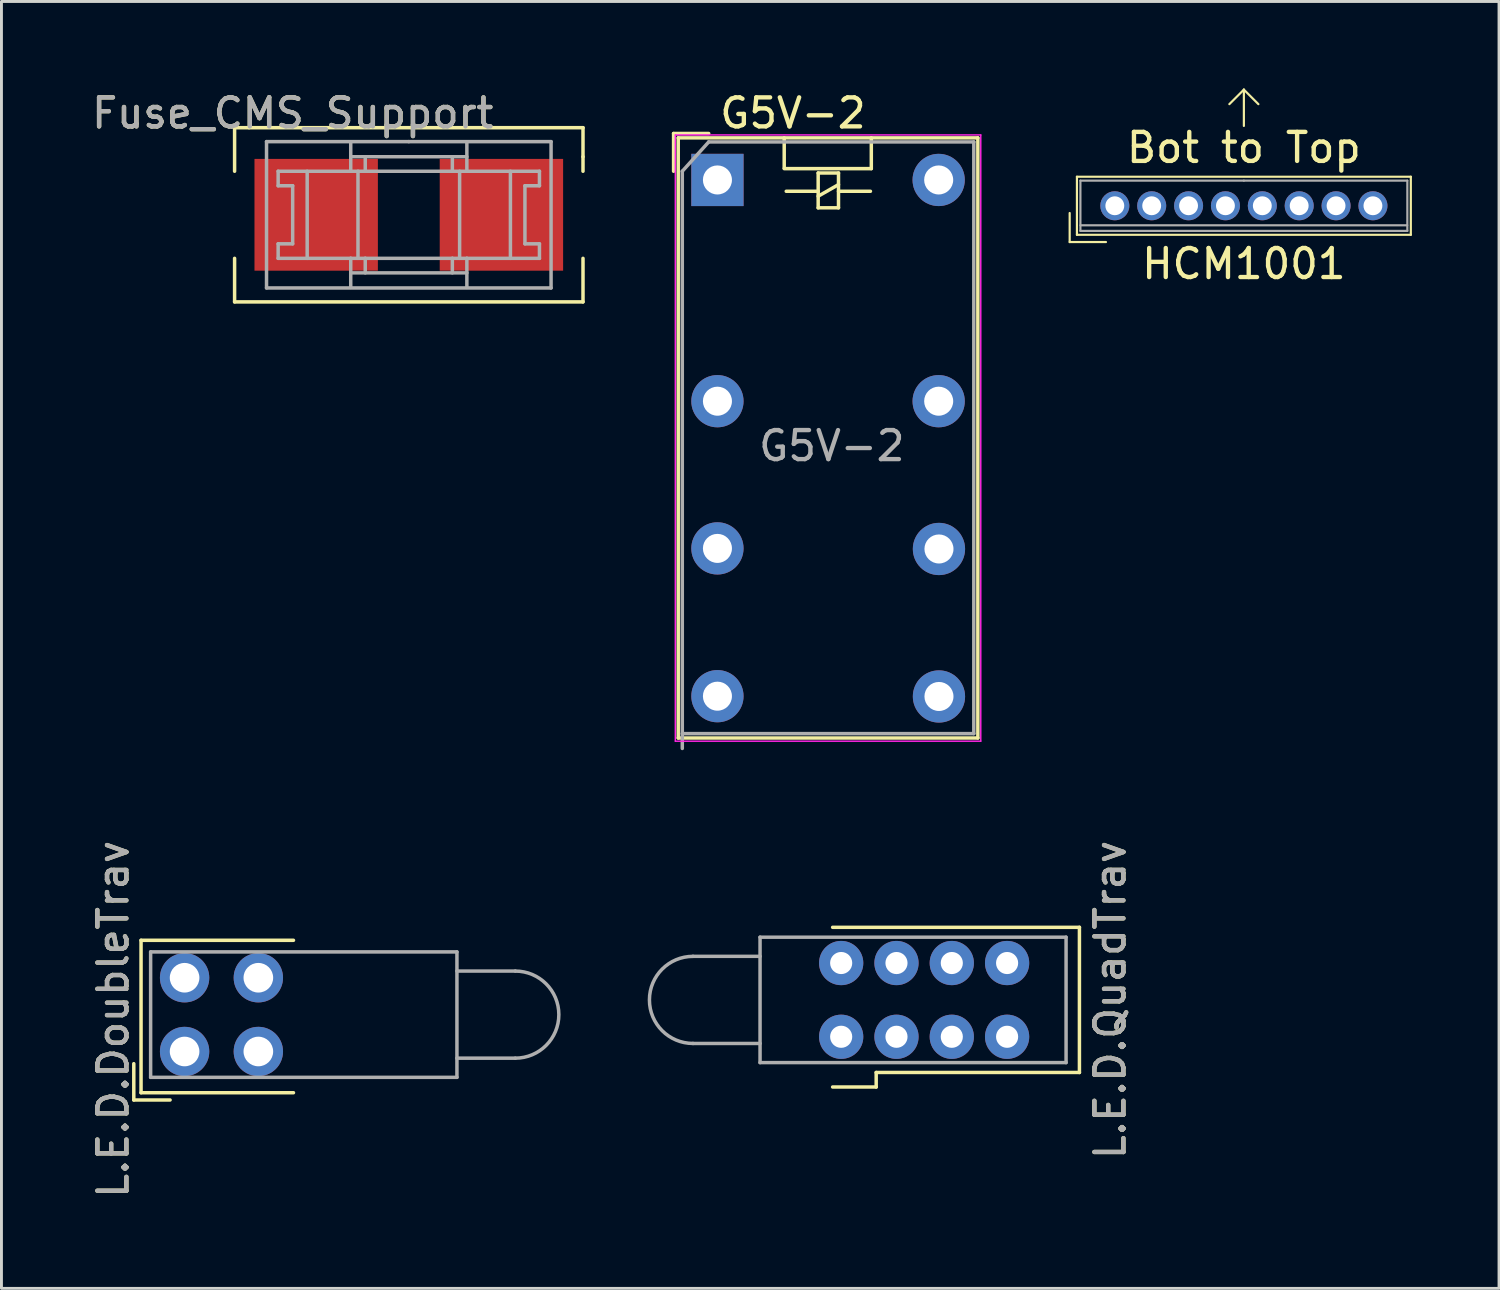
<source format=kicad_pcb>
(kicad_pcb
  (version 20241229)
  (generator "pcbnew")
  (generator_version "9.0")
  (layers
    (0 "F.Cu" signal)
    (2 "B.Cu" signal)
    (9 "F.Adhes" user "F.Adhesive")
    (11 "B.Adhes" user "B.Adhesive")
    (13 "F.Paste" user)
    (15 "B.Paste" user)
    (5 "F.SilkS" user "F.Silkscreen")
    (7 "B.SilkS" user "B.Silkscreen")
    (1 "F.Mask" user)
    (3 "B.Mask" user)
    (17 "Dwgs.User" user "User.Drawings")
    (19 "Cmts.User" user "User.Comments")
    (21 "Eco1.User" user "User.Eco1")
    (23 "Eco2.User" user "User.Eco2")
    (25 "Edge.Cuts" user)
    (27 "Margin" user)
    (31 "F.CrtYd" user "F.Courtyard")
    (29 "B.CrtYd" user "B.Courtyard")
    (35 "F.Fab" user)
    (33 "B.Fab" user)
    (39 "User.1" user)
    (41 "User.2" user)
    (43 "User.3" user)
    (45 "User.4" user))
  (footprint "Fuse_CMS_Support"
    (layer "F.Cu")
    (at 11.03 4.348)
    (property "Reference" "Fuse_CMS_Support" (at -4 -3.5 0) (layer "F.SilkS") (effects (font (size 1 1) (thickness 0.15))))
    (attr through_hole)
    (fp_line (start -6 -3) (end -6 -1.5) (stroke (width 0.12) (type solid)) (layer "F.SilkS"))
    (fp_line (start -6 1.5) (end -6 3) (stroke (width 0.12) (type solid)) (layer "F.SilkS"))
    (fp_line (start -6 3) (end 6 3) (stroke (width 0.12) (type solid)) (layer "F.SilkS"))
    (fp_line (start -5.5 -3) (end -6 -3) (stroke (width 0.12) (type solid)) (layer "F.SilkS"))
    (fp_line (start 6 -3) (end -5.5 -3) (stroke (width 0.12) (type solid)) (layer "F.SilkS"))
    (fp_line (start 6 -2) (end 6 -3) (stroke (width 0.12) (type solid)) (layer "F.SilkS"))
    (fp_line (start 6 -2) (end 6 -1.5) (stroke (width 0.12) (type solid)) (layer "F.SilkS"))
    (fp_line (start 6 3) (end 6 1.5) (stroke (width 0.12) (type solid)) (layer "F.SilkS"))
    (fp_line (start -4.9 -2.52) (end -4.9 2.52) (stroke (width 0.12) (type solid)) (layer "F.Fab"))
    (fp_line (start -4.9 2.52) (end 4.9 2.52) (stroke (width 0.12) (type solid)) (layer "F.Fab"))
    (fp_line (start -4.5 -1.5) (end -4.5 -1) (stroke (width 0.12) (type solid)) (layer "F.Fab"))
    (fp_line (start -4.5 -1) (end -4 -1) (stroke (width 0.12) (type solid)) (layer "F.Fab"))
    (fp_line (start -4.5 1) (end -4.5 1.5) (stroke (width 0.12) (type solid)) (layer "F.Fab"))
    (fp_line (start -4.5 1.5) (end -2 1.5) (stroke (width 0.12) (type solid)) (layer "F.Fab"))
    (fp_line (start -4 -1) (end -4 1) (stroke (width 0.12) (type solid)) (layer "F.Fab"))
    (fp_line (start -4 1) (end -4.5 1) (stroke (width 0.12) (type solid)) (layer "F.Fab"))
    (fp_line (start -3.5 -1.5) (end -3.5 1.5) (stroke (width 0.12) (type solid)) (layer "F.Fab"))
    (fp_line (start -2 -2.5) (end -2 -1.5) (stroke (width 0.12) (type solid)) (layer "F.Fab"))
    (fp_line (start -2 -2) (end 2 -2) (stroke (width 0.12) (type solid)) (layer "F.Fab"))
    (fp_line (start -2 -1.5) (end -4.5 -1.5) (stroke (width 0.12) (type solid)) (layer "F.Fab"))
    (fp_line (start -2 1.5) (end -2 2.5) (stroke (width 0.12) (type solid)) (layer "F.Fab"))
    (fp_line (start -2 2) (end 2 2) (stroke (width 0.12) (type solid)) (layer "F.Fab"))
    (fp_line (start -1.75 -1.5) (end -1.75 1.5) (stroke (width 0.12) (type solid)) (layer "F.Fab"))
    (fp_line (start -1.5 -2) (end -1.5 -1.5) (stroke (width 0.12) (type solid)) (layer "F.Fab"))
    (fp_line (start -1.5 -1.5) (end -2 -1.5) (stroke (width 0.12) (type solid)) (layer "F.Fab"))
    (fp_line (start -1.5 -1.5) (end 1.5 -1.5) (stroke (width 0.12) (type solid)) (layer "F.Fab"))
    (fp_line (start -1.5 1.5) (end -2 1.5) (stroke (width 0.12) (type solid)) (layer "F.Fab"))
    (fp_line (start -1.5 1.5) (end 1.5 1.5) (stroke (width 0.12) (type solid)) (layer "F.Fab"))
    (fp_line (start -1.5 2) (end -1.5 1.5) (stroke (width 0.12) (type solid)) (layer "F.Fab"))
    (fp_line (start 0 -2.52) (end -4.9 -2.52) (stroke (width 0.12) (type solid)) (layer "F.Fab"))
    (fp_line (start 1.5 -1.5) (end 1.5 -2) (stroke (width 0.12) (type solid)) (layer "F.Fab"))
    (fp_line (start 1.5 1.5) (end 2 1.5) (stroke (width 0.12) (type solid)) (layer "F.Fab"))
    (fp_line (start 1.5 2) (end 1.5 1.5) (stroke (width 0.12) (type solid)) (layer "F.Fab"))
    (fp_line (start 1.75 -1.5) (end 1.75 1.5) (stroke (width 0.12) (type solid)) (layer "F.Fab"))
    (fp_line (start 2 -2.5) (end 2 -1.5) (stroke (width 0.12) (type solid)) (layer "F.Fab"))
    (fp_line (start 2 -1.5) (end 1.5 -1.5) (stroke (width 0.12) (type solid)) (layer "F.Fab"))
    (fp_line (start 2 -1.5) (end 4.5 -1.5) (stroke (width 0.12) (type solid)) (layer "F.Fab"))
    (fp_line (start 2 1.5) (end 2 2.5) (stroke (width 0.12) (type solid)) (layer "F.Fab"))
    (fp_line (start 3.5 -1.5) (end 3.5 1.5) (stroke (width 0.12) (type solid)) (layer "F.Fab"))
    (fp_line (start 4 -1) (end 4 1) (stroke (width 0.12) (type solid)) (layer "F.Fab"))
    (fp_line (start 4 1) (end 4.5 1) (stroke (width 0.12) (type solid)) (layer "F.Fab"))
    (fp_line (start 4.5 -1.5) (end 4.5 -1) (stroke (width 0.12) (type solid)) (layer "F.Fab"))
    (fp_line (start 4.5 -1) (end 4 -1) (stroke (width 0.12) (type solid)) (layer "F.Fab"))
    (fp_line (start 4.5 1) (end 4.5 1.5) (stroke (width 0.12) (type solid)) (layer "F.Fab"))
    (fp_line (start 4.5 1.5) (end 2 1.5) (stroke (width 0.12) (type solid)) (layer "F.Fab"))
    (fp_line (start 4.9 -2.52) (end 0 -2.52) (stroke (width 0.12) (type solid)) (layer "F.Fab"))
    (fp_line (start 4.9 2.52) (end 4.9 -2.52) (stroke (width 0.12) (type solid)) (layer "F.Fab"))
    (fp_text user "${REFERENCE}" (at -4 -3.5 0) (layer "F.Fab") (effects (font (size 1 1) (thickness 0.15))))
    (pad "1" smd rect (at -3.19 0) (size 4.25 3.85) (layers "F.Cu" "F.Mask" "F.Paste"))
    (pad "2" smd rect (at 3.19 0) (size 4.25 3.85) (layers "F.Cu" "F.Mask" "F.Paste")))
  (footprint "L.E.D.DoubleTrav"
    (layer "F.Cu")
    (at 4.578 31.896)
    (property "Reference" "L.E.D.DoubleTrav" (at -3.73 0.16 270) (layer "F.SilkS") (effects (font (size 1 1) (thickness 0.15))))
    (attr through_hole)
    (fp_line (start -3.02 1.69) (end -3.02 2.94) (stroke (width 0.12) (type solid)) (layer "F.SilkS"))
    (fp_line (start -3.02 2.94) (end -1.77 2.94) (stroke (width 0.12) (type solid)) (layer "F.SilkS"))
    (fp_line (start -2.77 -2.56) (end 2.48 -2.56) (stroke (width 0.12) (type solid)) (layer "F.SilkS"))
    (fp_line (start -2.77 2.69) (end -2.77 -2.56) (stroke (width 0.12) (type solid)) (layer "F.SilkS"))
    (fp_line (start 2.48 2.69) (end -2.77 2.69) (stroke (width 0.12) (type solid)) (layer "F.SilkS"))
    (fp_line (start -2.44 -2.16) (end -2.44 2.16) (stroke (width 0.12) (type solid)) (layer "F.Fab"))
    (fp_line (start -2.44 2.16) (end 8.11 2.16) (stroke (width 0.12) (type solid)) (layer "F.Fab"))
    (fp_line (start 8.11 -2.16) (end -2.44 -2.16) (stroke (width 0.12) (type solid)) (layer "F.Fab"))
    (fp_line (start 8.11 -1.5) (end 10.12 -1.5) (stroke (width 0.12) (type solid)) (layer "F.Fab"))
    (fp_line (start 8.11 1.5) (end 10.12 1.5) (stroke (width 0.12) (type solid)) (layer "F.Fab"))
    (fp_line (start 8.11 2.16) (end 8.11 -2.16) (stroke (width 0.12) (type solid)) (layer "F.Fab"))
    (fp_arc (start 10.12 -1.5) (mid 11.62 0) (end 10.12 1.5) (stroke (width 0.12) (type solid)) (layer "F.Fab"))
    (fp_text user "${REFERENCE}" (at -3.73 0.16 90) (layer "F.Fab") (effects (font (size 1 1) (thickness 0.15))))
    (pad "1" thru_hole circle (at -1.27 1.27 90) (size 1.7 1.7) (drill 1.02) (layers "*.Cu" "*.Mask"))
    (pad "2" thru_hole circle (at -1.27 -1.27 90) (size 1.7 1.7) (drill 1.02) (layers "*.Cu" "*.Mask"))
    (pad "3" thru_hole circle (at 1.27 1.27 90) (size 1.7 1.7) (drill 1.02) (layers "*.Cu" "*.Mask"))
    (pad "4" thru_hole circle (at 1.27 -1.27 90) (size 1.7 1.7) (drill 1.02) (layers "*.Cu" "*.Mask")))
  (footprint "L.E.D.QuadTrav"
    (layer "F.Cu")
    (at 23.128 31.389)
    (property "Reference" "L.E.D.QuadTrav" (at 12.06 0 270) (layer "F.SilkS") (effects (font (size 1 1) (thickness 0.15))))
    (attr through_hole)
    (fp_line (start 2.5 3) (end 4 3) (stroke (width 0.12) (type solid)) (layer "F.SilkS"))
    (fp_line (start 4 2.5) (end 11 2.5) (stroke (width 0.12) (type solid)) (layer "F.SilkS"))
    (fp_line (start 4 3) (end 4 2.5) (stroke (width 0.12) (type solid)) (layer "F.SilkS"))
    (fp_line (start 11 -2.5) (end 2.5 -2.5) (stroke (width 0.12) (type solid)) (layer "F.SilkS"))
    (fp_line (start 11 2.5) (end 11 -2.5) (stroke (width 0.12) (type solid)) (layer "F.SilkS"))
    (fp_line (start 0 -2.16) (end 10.54 -2.16) (stroke (width 0.12) (type solid)) (layer "F.Fab"))
    (fp_line (start 0 -1.5) (end -2.31 -1.5) (stroke (width 0.12) (type solid)) (layer "F.Fab"))
    (fp_line (start 0 1.5) (end -2.31 1.5) (stroke (width 0.12) (type solid)) (layer "F.Fab"))
    (fp_line (start 0 2.16) (end 0 -2.16) (stroke (width 0.12) (type solid)) (layer "F.Fab"))
    (fp_line (start 10.54 -2.16) (end 10.54 2.16) (stroke (width 0.12) (type solid)) (layer "F.Fab"))
    (fp_line (start 10.54 2.16) (end 0 2.16) (stroke (width 0.12) (type solid)) (layer "F.Fab"))
    (fp_arc (start -2.31 1.5) (mid -3.81 0) (end -2.31 -1.5) (stroke (width 0.12) (type solid)) (layer "F.Fab"))
    (fp_text user "${REFERENCE}" (at 12.06 0 90) (layer "F.Fab") (effects (font (size 1 1) (thickness 0.15))))
    (pad "1" thru_hole circle (at 2.794 1.27) (size 1.524 1.524) (drill 0.762) (layers "*.Cu" "*.Mask"))
    (pad "2" thru_hole circle (at 2.794 -1.27) (size 1.524 1.524) (drill 0.762) (layers "*.Cu" "*.Mask"))
    (pad "3" thru_hole circle (at 4.699 1.27) (size 1.524 1.524) (drill 0.762) (layers "*.Cu" "*.Mask"))
    (pad "4" thru_hole circle (at 4.699 -1.27) (size 1.524 1.524) (drill 0.762) (layers "*.Cu" "*.Mask"))
    (pad "5" thru_hole circle (at 6.604 1.27) (size 1.524 1.524) (drill 0.762) (layers "*.Cu" "*.Mask"))
    (pad "6" thru_hole circle (at 6.604 -1.27) (size 1.524 1.524) (drill 0.762) (layers "*.Cu" "*.Mask"))
    (pad "7" thru_hole circle (at 8.509 1.27) (size 1.524 1.524) (drill 0.762) (layers "*.Cu" "*.Mask"))
    (pad "8" thru_hole circle (at 8.509 -1.27) (size 1.524 1.524) (drill 0.762) (layers "*.Cu" "*.Mask")))
  (footprint "HCM1001"
    (layer "F.Cu")
    (at 39.792 4.037)
    (property "Reference" "HCM1001" (at 0 2 0) (layer "F.SilkS") (effects (font (size 1 1) (thickness 0.15))))
    (attr through_hole)
    (fp_line (start -6 0.25) (end -6 1.25) (stroke (width 0.075) (type solid)) (layer "F.SilkS"))
    (fp_line (start -6 1.25) (end -4.75 1.25) (stroke (width 0.075) (type solid)) (layer "F.SilkS"))
    (fp_line (start -5.75 -1) (end -5.75 1) (stroke (width 0.075) (type solid)) (layer "F.SilkS"))
    (fp_line (start -5.75 1) (end 5.75 1) (stroke (width 0.075) (type solid)) (layer "F.SilkS"))
    (fp_line (start 0 -4) (end -0.5 -3.5) (stroke (width 0.075) (type solid)) (layer "F.SilkS"))
    (fp_line (start 0 -4) (end 0.5 -3.5) (stroke (width 0.075) (type solid)) (layer "F.SilkS"))
    (fp_line (start 0 -2.75) (end 0 -4) (stroke (width 0.075) (type solid)) (layer "F.SilkS"))
    (fp_line (start 5.75 -1) (end -5.75 -1) (stroke (width 0.075) (type solid)) (layer "F.SilkS"))
    (fp_line (start 5.75 1) (end 5.75 -1) (stroke (width 0.075) (type solid)) (layer "F.SilkS"))
    (fp_line (start -5.63 -0.865) (end -5.63 0.865) (stroke (width 0.075) (type solid)) (layer "F.Fab"))
    (fp_line (start -5.63 0.865) (end 5.63 0.865) (stroke (width 0.075) (type solid)) (layer "F.Fab"))
    (fp_line (start -5.626 0.673) (end 5.626 0.673) (stroke (width 0.075) (type solid)) (layer "F.Fab"))
    (fp_line (start 0 -0.865) (end -5.63 -0.865) (stroke (width 0.075) (type solid)) (layer "F.Fab"))
    (fp_line (start 5.63 -0.865) (end 0 -0.865) (stroke (width 0.075) (type solid)) (layer "F.Fab"))
    (fp_line (start 5.63 0.865) (end 5.63 -0.865) (stroke (width 0.075) (type solid)) (layer "F.Fab"))
    (fp_text user "Bot to Top" (at 0 -2 0) (layer "F.SilkS") (effects (font (size 1 1) (thickness 0.15))))
    (pad "1" thru_hole circle (at -4.445 0) (size 1 1) (drill 0.65) (layers "*.Cu" "*.Mask"))
    (pad "2" thru_hole circle (at -3.175 0) (size 1 1) (drill 0.65) (layers "*.Cu" "*.Mask"))
    (pad "3" thru_hole circle (at -1.905 0) (size 1 1) (drill 0.65) (layers "*.Cu" "*.Mask"))
    (pad "4" thru_hole circle (at -0.635 0) (size 1 1) (drill 0.65) (layers "*.Cu" "*.Mask"))
    (pad "5" thru_hole circle (at 0.635 0) (size 1 1) (drill 0.65) (layers "*.Cu" "*.Mask"))
    (pad "6" thru_hole circle (at 1.905 0) (size 1 1) (drill 0.65) (layers "*.Cu" "*.Mask"))
    (pad "7" thru_hole circle (at 3.175 0) (size 1 1) (drill 0.65) (layers "*.Cu" "*.Mask"))
    (pad "8" thru_hole circle (at 4.445 0) (size 1 1) (drill 0.65) (layers "*.Cu" "*.Mask")))
  (footprint "G5V-2"
    (layer "F.Cu")
    (at 21.66 3.148)
    (property "Reference" "G5V-2" (at 2.6 -2.3 0) (layer "F.SilkS") (effects (font (size 1 1) (thickness 0.15))))
    (attr through_hole)
    (fp_line (start -1.51 -1.6) (end -0.3 -1.6) (stroke (width 0.12) (type solid)) (layer "F.SilkS"))
    (fp_line (start -1.51 -0.3) (end -1.51 -1.6) (stroke (width 0.12) (type solid)) (layer "F.SilkS"))
    (fp_line (start -1.35 -1.45) (end -1.35 19.22) (stroke (width 0.12) (type solid)) (layer "F.SilkS"))
    (fp_line (start -1.35 19.22) (end 8.97 19.22) (stroke (width 0.12) (type solid)) (layer "F.SilkS"))
    (fp_line (start 2.3 -1.45) (end 2.3 -0.41) (stroke (width 0.12) (type solid)) (layer "F.SilkS"))
    (fp_line (start 2.3 -0.39) (end 5.3 -0.39) (stroke (width 0.12) (type solid)) (layer "F.SilkS"))
    (fp_line (start 3.47 -0.24) (end 3.47 0.96) (stroke (width 0.12) (type solid)) (layer "F.SilkS"))
    (fp_line (start 3.47 0.39) (end 2.37 0.39) (stroke (width 0.12) (type solid)) (layer "F.SilkS"))
    (fp_line (start 3.47 0.56) (end 4.17 0.16) (stroke (width 0.12) (type solid)) (layer "F.SilkS"))
    (fp_line (start 3.47 0.96) (end 4.17 0.96) (stroke (width 0.12) (type solid)) (layer "F.SilkS"))
    (fp_line (start 4.17 -0.24) (end 3.47 -0.24) (stroke (width 0.12) (type solid)) (layer "F.SilkS"))
    (fp_line (start 4.17 0.39) (end 5.27 0.39) (stroke (width 0.12) (type solid)) (layer "F.SilkS"))
    (fp_line (start 4.17 0.96) (end 4.17 -0.24) (stroke (width 0.12) (type solid)) (layer "F.SilkS"))
    (fp_line (start 5.3 -0.39) (end 5.3 -1.45) (stroke (width 0.12) (type solid)) (layer "F.SilkS"))
    (fp_line (start 8.97 -1.45) (end -1.35 -1.45) (stroke (width 0.12) (type solid)) (layer "F.SilkS"))
    (fp_line (start 8.97 19.22) (end 8.97 -1.45) (stroke (width 0.12) (type solid)) (layer "F.SilkS"))
    (fp_line (start -1.45 -1.55) (end -1.45 19.33) (stroke (width 0.05) (type solid)) (layer "F.CrtYd"))
    (fp_line (start -1.45 -1.55) (end 9.07 -1.55) (stroke (width 0.05) (type solid)) (layer "F.CrtYd"))
    (fp_line (start 9.07 -1.55) (end 9.07 19.33) (stroke (width 0.05) (type solid)) (layer "F.CrtYd"))
    (fp_line (start 9.07 19.33) (end -1.45 19.33) (stroke (width 0.05) (type solid)) (layer "F.CrtYd"))
    (fp_line (start -1.21 -0.3) (end -1.21 19.58) (stroke (width 0.12) (type solid)) (layer "F.Fab"))
    (fp_line (start -1.21 -0.3) (end -0.3 -1.31) (stroke (width 0.12) (type solid)) (layer "F.Fab"))
    (fp_line (start -1.21 19.07) (end 8.83 19.07) (stroke (width 0.12) (type solid)) (layer "F.Fab"))
    (fp_line (start 8.83 -1.31) (end -0.3 -1.31) (stroke (width 0.12) (type solid)) (layer "F.Fab"))
    (fp_line (start 8.83 19.07) (end 8.83 -1.31) (stroke (width 0.12) (type solid)) (layer "F.Fab"))
    (fp_text user "${REFERENCE}" (at 3.94 9.16 0) (layer "F.Fab") (effects (font (size 1 1) (thickness 0.15))))
    (pad "1" thru_hole rect (at 0 0) (size 1.8 1.8) (drill 1) (layers "*.Cu" "*.Mask"))
    (pad "4" thru_hole circle (at 0 7.62) (size 1.8 1.8) (drill 1) (layers "*.Cu" "*.Mask"))
    (pad "6" thru_hole circle (at 0 12.69) (size 1.8 1.8) (drill 1) (layers "*.Cu" "*.Mask"))
    (pad "8" thru_hole circle (at 0 17.78) (size 1.8 1.8) (drill 1) (layers "*.Cu" "*.Mask"))
    (pad "9" thru_hole circle (at 7.63 17.79) (size 1.8 1.8) (drill 1) (layers "*.Cu" "*.Mask"))
    (pad "11" thru_hole circle (at 7.63 12.71) (size 1.8 1.8) (drill 1) (layers "*.Cu" "*.Mask"))
    (pad "13" thru_hole circle (at 7.62 7.62) (size 1.8 1.8) (drill 1) (layers "*.Cu" "*.Mask"))
    (pad "16" thru_hole circle (at 7.62 0) (size 1.8 1.8) (drill 1) (layers "*.Cu" "*.Mask")))
  (gr_rect
    (start -3 -3)
    (end 48.58 41.324)
    (stroke (width 0.1) (type default))
    (fill no)
    (layer "Edge.Cuts")))
</source>
